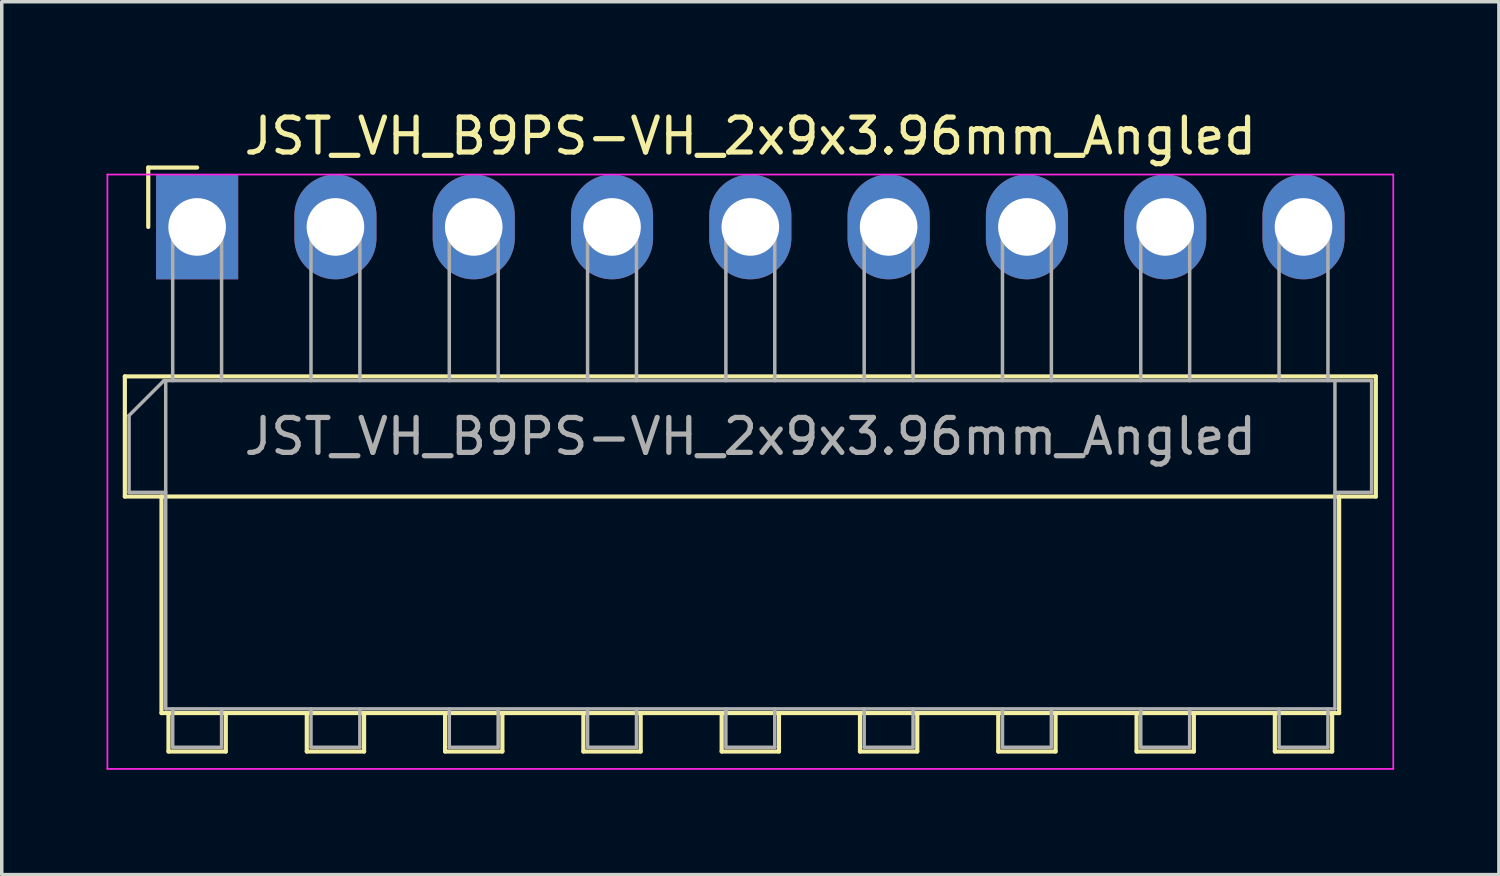
<source format=kicad_pcb>
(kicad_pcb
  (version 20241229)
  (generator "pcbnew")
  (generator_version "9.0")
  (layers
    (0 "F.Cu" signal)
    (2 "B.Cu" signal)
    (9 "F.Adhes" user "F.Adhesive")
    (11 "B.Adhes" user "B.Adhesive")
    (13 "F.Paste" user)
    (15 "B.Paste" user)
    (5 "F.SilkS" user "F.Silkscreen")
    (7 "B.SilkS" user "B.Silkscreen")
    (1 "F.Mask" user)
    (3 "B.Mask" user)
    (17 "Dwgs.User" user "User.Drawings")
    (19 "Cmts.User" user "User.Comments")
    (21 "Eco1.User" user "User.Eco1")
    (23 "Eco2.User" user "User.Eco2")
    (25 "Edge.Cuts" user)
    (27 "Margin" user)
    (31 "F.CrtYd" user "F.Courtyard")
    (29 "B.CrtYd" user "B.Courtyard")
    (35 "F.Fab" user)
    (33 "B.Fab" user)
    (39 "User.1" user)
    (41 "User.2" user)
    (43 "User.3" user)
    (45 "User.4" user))
  (footprint "JST_VH_B9PS-VH_2x9x3.96mm_Angled"
    (layer "F.Cu")
    (at 2.595 3.448)
    (property "Reference" "JST_VH_B9PS-VH_2x9x3.96mm_Angled" (at 15.84 -2.6 0) (layer "F.SilkS") (effects (font (size 1 1) (thickness 0.15))))
    (attr through_hole)
    (fp_line (start -2.07 4.28) (end -2.07 7.72) (stroke (width 0.12) (type solid)) (layer "F.SilkS"))
    (fp_line (start -2.07 7.72) (end 33.75 7.72) (stroke (width 0.12) (type solid)) (layer "F.SilkS"))
    (fp_line (start -1.4 -1.7) (end -1.4 0) (stroke (width 0.12) (type solid)) (layer "F.SilkS"))
    (fp_line (start -1.02 7.72) (end -1.02 13.92) (stroke (width 0.12) (type solid)) (layer "F.SilkS"))
    (fp_line (start -1.02 13.92) (end 32.7 13.92) (stroke (width 0.12) (type solid)) (layer "F.SilkS"))
    (fp_line (start -0.82 13.92) (end -0.82 15.02) (stroke (width 0.12) (type solid)) (layer "F.SilkS"))
    (fp_line (start -0.82 15.02) (end 0.82 15.02) (stroke (width 0.12) (type solid)) (layer "F.SilkS"))
    (fp_line (start 0 -1.7) (end -1.4 -1.7) (stroke (width 0.12) (type solid)) (layer "F.SilkS"))
    (fp_line (start 0.82 15.02) (end 0.82 13.92) (stroke (width 0.12) (type solid)) (layer "F.SilkS"))
    (fp_line (start 3.14 13.92) (end 3.14 15.02) (stroke (width 0.12) (type solid)) (layer "F.SilkS"))
    (fp_line (start 3.14 15.02) (end 4.78 15.02) (stroke (width 0.12) (type solid)) (layer "F.SilkS"))
    (fp_line (start 4.78 15.02) (end 4.78 13.92) (stroke (width 0.12) (type solid)) (layer "F.SilkS"))
    (fp_line (start 7.1 13.92) (end 7.1 15.02) (stroke (width 0.12) (type solid)) (layer "F.SilkS"))
    (fp_line (start 7.1 15.02) (end 8.74 15.02) (stroke (width 0.12) (type solid)) (layer "F.SilkS"))
    (fp_line (start 8.74 15.02) (end 8.74 13.92) (stroke (width 0.12) (type solid)) (layer "F.SilkS"))
    (fp_line (start 11.06 13.92) (end 11.06 15.02) (stroke (width 0.12) (type solid)) (layer "F.SilkS"))
    (fp_line (start 11.06 15.02) (end 12.7 15.02) (stroke (width 0.12) (type solid)) (layer "F.SilkS"))
    (fp_line (start 12.7 15.02) (end 12.7 13.92) (stroke (width 0.12) (type solid)) (layer "F.SilkS"))
    (fp_line (start 15.02 13.92) (end 15.02 15.02) (stroke (width 0.12) (type solid)) (layer "F.SilkS"))
    (fp_line (start 15.02 15.02) (end 16.66 15.02) (stroke (width 0.12) (type solid)) (layer "F.SilkS"))
    (fp_line (start 16.66 15.02) (end 16.66 13.92) (stroke (width 0.12) (type solid)) (layer "F.SilkS"))
    (fp_line (start 18.98 13.92) (end 18.98 15.02) (stroke (width 0.12) (type solid)) (layer "F.SilkS"))
    (fp_line (start 18.98 15.02) (end 20.62 15.02) (stroke (width 0.12) (type solid)) (layer "F.SilkS"))
    (fp_line (start 20.62 15.02) (end 20.62 13.92) (stroke (width 0.12) (type solid)) (layer "F.SilkS"))
    (fp_line (start 22.94 13.92) (end 22.94 15.02) (stroke (width 0.12) (type solid)) (layer "F.SilkS"))
    (fp_line (start 22.94 15.02) (end 24.58 15.02) (stroke (width 0.12) (type solid)) (layer "F.SilkS"))
    (fp_line (start 24.58 15.02) (end 24.58 13.92) (stroke (width 0.12) (type solid)) (layer "F.SilkS"))
    (fp_line (start 26.9 13.92) (end 26.9 15.02) (stroke (width 0.12) (type solid)) (layer "F.SilkS"))
    (fp_line (start 26.9 15.02) (end 28.54 15.02) (stroke (width 0.12) (type solid)) (layer "F.SilkS"))
    (fp_line (start 28.54 15.02) (end 28.54 13.92) (stroke (width 0.12) (type solid)) (layer "F.SilkS"))
    (fp_line (start 30.86 13.92) (end 30.86 15.02) (stroke (width 0.12) (type solid)) (layer "F.SilkS"))
    (fp_line (start 30.86 15.02) (end 32.5 15.02) (stroke (width 0.12) (type solid)) (layer "F.SilkS"))
    (fp_line (start 32.5 15.02) (end 32.5 13.92) (stroke (width 0.12) (type solid)) (layer "F.SilkS"))
    (fp_line (start 32.7 13.92) (end 32.7 7.72) (stroke (width 0.12) (type solid)) (layer "F.SilkS"))
    (fp_line (start 33.75 4.28) (end -2.07 4.28) (stroke (width 0.12) (type solid)) (layer "F.SilkS"))
    (fp_line (start 33.75 7.72) (end 33.75 4.28) (stroke (width 0.12) (type solid)) (layer "F.SilkS"))
    (fp_line (start -2.57 -1.5) (end -2.57 15.52) (stroke (width 0.05) (type solid)) (layer "F.CrtYd"))
    (fp_line (start -2.57 15.52) (end 34.25 15.52) (stroke (width 0.05) (type solid)) (layer "F.CrtYd"))
    (fp_line (start 34.25 -1.5) (end -2.57 -1.5) (stroke (width 0.05) (type solid)) (layer "F.CrtYd"))
    (fp_line (start 34.25 15.52) (end 34.25 -1.5) (stroke (width 0.05) (type solid)) (layer "F.CrtYd"))
    (fp_line (start -1.95 5.4) (end -0.95 4.4) (stroke (width 0.1) (type solid)) (layer "F.Fab"))
    (fp_line (start -1.95 7.6) (end -1.95 5.4) (stroke (width 0.1) (type solid)) (layer "F.Fab"))
    (fp_line (start -0.95 4.4) (end -0.9 4.4) (stroke (width 0.1) (type solid)) (layer "F.Fab"))
    (fp_line (start -0.9 4.4) (end -0.9 13.8) (stroke (width 0.1) (type solid)) (layer "F.Fab"))
    (fp_line (start -0.9 7.6) (end -1.95 7.6) (stroke (width 0.1) (type solid)) (layer "F.Fab"))
    (fp_line (start -0.9 13.8) (end 32.58 13.8) (stroke (width 0.1) (type solid)) (layer "F.Fab"))
    (fp_line (start -0.7 0) (end 0.7 0) (stroke (width 0.1) (type solid)) (layer "F.Fab"))
    (fp_line (start -0.7 4.4) (end -0.7 0) (stroke (width 0.1) (type solid)) (layer "F.Fab"))
    (fp_line (start -0.7 13.8) (end -0.7 14.9) (stroke (width 0.1) (type solid)) (layer "F.Fab"))
    (fp_line (start -0.7 14.9) (end 0.7 14.9) (stroke (width 0.1) (type solid)) (layer "F.Fab"))
    (fp_line (start 0.7 0) (end 0.7 4.4) (stroke (width 0.1) (type solid)) (layer "F.Fab"))
    (fp_line (start 0.7 14.9) (end 0.7 13.8) (stroke (width 0.1) (type solid)) (layer "F.Fab"))
    (fp_line (start 3.26 0) (end 4.66 0) (stroke (width 0.1) (type solid)) (layer "F.Fab"))
    (fp_line (start 3.26 4.4) (end 3.26 0) (stroke (width 0.1) (type solid)) (layer "F.Fab"))
    (fp_line (start 3.26 13.8) (end 3.26 14.9) (stroke (width 0.1) (type solid)) (layer "F.Fab"))
    (fp_line (start 3.26 14.9) (end 4.66 14.9) (stroke (width 0.1) (type solid)) (layer "F.Fab"))
    (fp_line (start 4.66 0) (end 4.66 4.4) (stroke (width 0.1) (type solid)) (layer "F.Fab"))
    (fp_line (start 4.66 14.9) (end 4.66 13.8) (stroke (width 0.1) (type solid)) (layer "F.Fab"))
    (fp_line (start 7.22 0) (end 8.62 0) (stroke (width 0.1) (type solid)) (layer "F.Fab"))
    (fp_line (start 7.22 4.4) (end 7.22 0) (stroke (width 0.1) (type solid)) (layer "F.Fab"))
    (fp_line (start 7.22 13.8) (end 7.22 14.9) (stroke (width 0.1) (type solid)) (layer "F.Fab"))
    (fp_line (start 7.22 14.9) (end 8.62 14.9) (stroke (width 0.1) (type solid)) (layer "F.Fab"))
    (fp_line (start 8.62 0) (end 8.62 4.4) (stroke (width 0.1) (type solid)) (layer "F.Fab"))
    (fp_line (start 8.62 14.9) (end 8.62 13.8) (stroke (width 0.1) (type solid)) (layer "F.Fab"))
    (fp_line (start 11.18 0) (end 12.58 0) (stroke (width 0.1) (type solid)) (layer "F.Fab"))
    (fp_line (start 11.18 4.4) (end 11.18 0) (stroke (width 0.1) (type solid)) (layer "F.Fab"))
    (fp_line (start 11.18 13.8) (end 11.18 14.9) (stroke (width 0.1) (type solid)) (layer "F.Fab"))
    (fp_line (start 11.18 14.9) (end 12.58 14.9) (stroke (width 0.1) (type solid)) (layer "F.Fab"))
    (fp_line (start 12.58 0) (end 12.58 4.4) (stroke (width 0.1) (type solid)) (layer "F.Fab"))
    (fp_line (start 12.58 14.9) (end 12.58 13.8) (stroke (width 0.1) (type solid)) (layer "F.Fab"))
    (fp_line (start 15.14 0) (end 16.54 0) (stroke (width 0.1) (type solid)) (layer "F.Fab"))
    (fp_line (start 15.14 4.4) (end 15.14 0) (stroke (width 0.1) (type solid)) (layer "F.Fab"))
    (fp_line (start 15.14 13.8) (end 15.14 14.9) (stroke (width 0.1) (type solid)) (layer "F.Fab"))
    (fp_line (start 15.14 14.9) (end 16.54 14.9) (stroke (width 0.1) (type solid)) (layer "F.Fab"))
    (fp_line (start 16.54 0) (end 16.54 4.4) (stroke (width 0.1) (type solid)) (layer "F.Fab"))
    (fp_line (start 16.54 14.9) (end 16.54 13.8) (stroke (width 0.1) (type solid)) (layer "F.Fab"))
    (fp_line (start 19.1 0) (end 20.5 0) (stroke (width 0.1) (type solid)) (layer "F.Fab"))
    (fp_line (start 19.1 4.4) (end 19.1 0) (stroke (width 0.1) (type solid)) (layer "F.Fab"))
    (fp_line (start 19.1 13.8) (end 19.1 14.9) (stroke (width 0.1) (type solid)) (layer "F.Fab"))
    (fp_line (start 19.1 14.9) (end 20.5 14.9) (stroke (width 0.1) (type solid)) (layer "F.Fab"))
    (fp_line (start 20.5 0) (end 20.5 4.4) (stroke (width 0.1) (type solid)) (layer "F.Fab"))
    (fp_line (start 20.5 14.9) (end 20.5 13.8) (stroke (width 0.1) (type solid)) (layer "F.Fab"))
    (fp_line (start 23.06 0) (end 24.46 0) (stroke (width 0.1) (type solid)) (layer "F.Fab"))
    (fp_line (start 23.06 4.4) (end 23.06 0) (stroke (width 0.1) (type solid)) (layer "F.Fab"))
    (fp_line (start 23.06 13.8) (end 23.06 14.9) (stroke (width 0.1) (type solid)) (layer "F.Fab"))
    (fp_line (start 23.06 14.9) (end 24.46 14.9) (stroke (width 0.1) (type solid)) (layer "F.Fab"))
    (fp_line (start 24.46 0) (end 24.46 4.4) (stroke (width 0.1) (type solid)) (layer "F.Fab"))
    (fp_line (start 24.46 14.9) (end 24.46 13.8) (stroke (width 0.1) (type solid)) (layer "F.Fab"))
    (fp_line (start 27.02 0) (end 28.42 0) (stroke (width 0.1) (type solid)) (layer "F.Fab"))
    (fp_line (start 27.02 4.4) (end 27.02 0) (stroke (width 0.1) (type solid)) (layer "F.Fab"))
    (fp_line (start 27.02 13.8) (end 27.02 14.9) (stroke (width 0.1) (type solid)) (layer "F.Fab"))
    (fp_line (start 27.02 14.9) (end 28.42 14.9) (stroke (width 0.1) (type solid)) (layer "F.Fab"))
    (fp_line (start 28.42 0) (end 28.42 4.4) (stroke (width 0.1) (type solid)) (layer "F.Fab"))
    (fp_line (start 28.42 14.9) (end 28.42 13.8) (stroke (width 0.1) (type solid)) (layer "F.Fab"))
    (fp_line (start 30.98 0) (end 32.38 0) (stroke (width 0.1) (type solid)) (layer "F.Fab"))
    (fp_line (start 30.98 4.4) (end 30.98 0) (stroke (width 0.1) (type solid)) (layer "F.Fab"))
    (fp_line (start 30.98 13.8) (end 30.98 14.9) (stroke (width 0.1) (type solid)) (layer "F.Fab"))
    (fp_line (start 30.98 14.9) (end 32.38 14.9) (stroke (width 0.1) (type solid)) (layer "F.Fab"))
    (fp_line (start 32.38 0) (end 32.38 4.4) (stroke (width 0.1) (type solid)) (layer "F.Fab"))
    (fp_line (start 32.38 14.9) (end 32.38 13.8) (stroke (width 0.1) (type solid)) (layer "F.Fab"))
    (fp_line (start 32.58 4.4) (end -0.9 4.4) (stroke (width 0.1) (type solid)) (layer "F.Fab"))
    (fp_line (start 32.58 4.4) (end 33.63 4.4) (stroke (width 0.1) (type solid)) (layer "F.Fab"))
    (fp_line (start 32.58 13.8) (end 32.58 4.4) (stroke (width 0.1) (type solid)) (layer "F.Fab"))
    (fp_line (start 33.63 4.4) (end 33.63 7.6) (stroke (width 0.1) (type solid)) (layer "F.Fab"))
    (fp_line (start 33.63 7.6) (end 32.58 7.6) (stroke (width 0.1) (type solid)) (layer "F.Fab"))
    (fp_text user "${REFERENCE}" (at 15.84 6 0) (layer "F.Fab") (effects (font (size 1 1) (thickness 0.15))))
    (pad "1" thru_hole rect (at 0 0) (size 2.35 3) (drill 1.65) (layers "*.Cu" "*.Mask"))
    (pad "2" thru_hole oval (at 3.96 0) (size 2.35 3) (drill 1.65) (layers "*.Cu" "*.Mask"))
    (pad "3" thru_hole oval (at 7.92 0) (size 2.35 3) (drill 1.65) (layers "*.Cu" "*.Mask"))
    (pad "4" thru_hole oval (at 11.88 0) (size 2.35 3) (drill 1.65) (layers "*.Cu" "*.Mask"))
    (pad "5" thru_hole oval (at 15.84 0) (size 2.35 3) (drill 1.65) (layers "*.Cu" "*.Mask"))
    (pad "6" thru_hole oval (at 19.8 0) (size 2.35 3) (drill 1.65) (layers "*.Cu" "*.Mask"))
    (pad "7" thru_hole oval (at 23.76 0) (size 2.35 3) (drill 1.65) (layers "*.Cu" "*.Mask"))
    (pad "8" thru_hole oval (at 27.72 0) (size 2.35 3) (drill 1.65) (layers "*.Cu" "*.Mask"))
    (pad "9" thru_hole oval (at 31.68 0) (size 2.35 3) (drill 1.65) (layers "*.Cu" "*.Mask")))
  (gr_rect
    (start -3 -3)
    (end 39.87 21.993)
    (stroke (width 0.1) (type default))
    (fill no)
    (layer "Edge.Cuts")))
</source>
